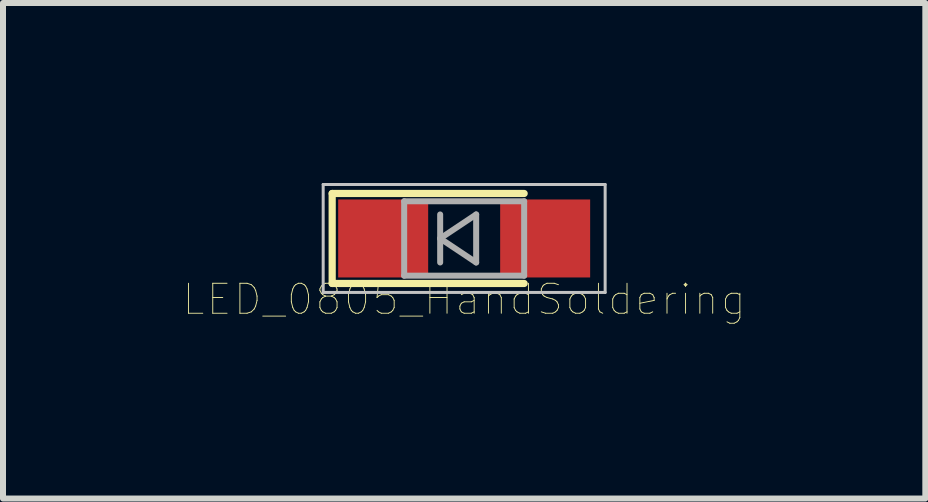
<source format=kicad_pcb>
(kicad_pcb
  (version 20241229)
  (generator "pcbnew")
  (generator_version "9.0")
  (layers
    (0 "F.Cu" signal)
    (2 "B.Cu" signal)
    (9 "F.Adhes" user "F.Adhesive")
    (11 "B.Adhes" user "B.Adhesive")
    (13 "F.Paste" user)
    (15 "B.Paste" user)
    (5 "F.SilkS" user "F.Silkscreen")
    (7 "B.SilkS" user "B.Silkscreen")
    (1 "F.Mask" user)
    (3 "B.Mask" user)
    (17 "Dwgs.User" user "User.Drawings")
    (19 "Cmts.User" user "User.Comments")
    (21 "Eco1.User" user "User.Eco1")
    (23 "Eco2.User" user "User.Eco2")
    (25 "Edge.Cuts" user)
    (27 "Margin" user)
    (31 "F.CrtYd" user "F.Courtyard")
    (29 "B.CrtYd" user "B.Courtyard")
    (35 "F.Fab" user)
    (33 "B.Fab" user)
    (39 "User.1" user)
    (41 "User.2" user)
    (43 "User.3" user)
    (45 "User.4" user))
  (footprint "LED_0805_HandSoldering"
    (layer "F.Cu")
    (at 4.687 0.925)
    (property "Reference" "LED_0805_HandSoldering" (at 0 1.016 0) (layer "F.SilkS") (effects (font (size 0.5 0.5) (thickness 0.015))))
    (attr smd)
    (fp_line (start -2.2 -0.75) (end -2.2 0.75) (stroke (width 0.12) (type solid)) (layer "F.SilkS"))
    (fp_line (start -2.2 -0.75) (end 1 -0.75) (stroke (width 0.12) (type solid)) (layer "F.SilkS"))
    (fp_line (start 1 0.75) (end -2.2 0.75) (stroke (width 0.12) (type solid)) (layer "F.SilkS"))
    (fp_line (start -2.35 -0.9) (end -2.35 0.9) (stroke (width 0.05) (type solid)) (layer "Dwgs.User"))
    (fp_line (start -2.35 -0.9) (end 2.35 -0.9) (stroke (width 0.05) (type solid)) (layer "Dwgs.User"))
    (fp_line (start 2.35 0.9) (end -2.35 0.9) (stroke (width 0.05) (type solid)) (layer "Dwgs.User"))
    (fp_line (start 2.35 0.9) (end 2.35 -0.9) (stroke (width 0.05) (type solid)) (layer "Dwgs.User"))
    (fp_line (start -1 -0.62) (end 1 -0.62) (stroke (width 0.1) (type solid)) (layer "F.Fab"))
    (fp_line (start -1 0.62) (end -1 -0.62) (stroke (width 0.1) (type solid)) (layer "F.Fab"))
    (fp_line (start -0.4 -0.4) (end -0.4 0.4) (stroke (width 0.1) (type solid)) (layer "F.Fab"))
    (fp_line (start -0.4 0) (end 0.2 -0.4) (stroke (width 0.1) (type solid)) (layer "F.Fab"))
    (fp_line (start 0.2 -0.4) (end 0.2 0.4) (stroke (width 0.1) (type solid)) (layer "F.Fab"))
    (fp_line (start 0.2 0.4) (end -0.4 0) (stroke (width 0.1) (type solid)) (layer "F.Fab"))
    (fp_line (start 1 -0.62) (end 1 0.62) (stroke (width 0.1) (type solid)) (layer "F.Fab"))
    (fp_line (start 1 0.62) (end -1 0.62) (stroke (width 0.1) (type solid)) (layer "F.Fab"))
    (pad "1" smd rect (at -1.35 0) (size 1.5 1.3) (layers "F.Cu" "F.Mask" "F.Paste"))
    (pad "2" smd rect (at 1.35 0) (size 1.5 1.3) (layers "F.Cu" "F.Mask" "F.Paste")))
  (gr_rect
    (start -3 -3)
    (end 12.374 5.26)
    (stroke (width 0.1) (type default))
    (fill no)
    (layer "Edge.Cuts")))
</source>
